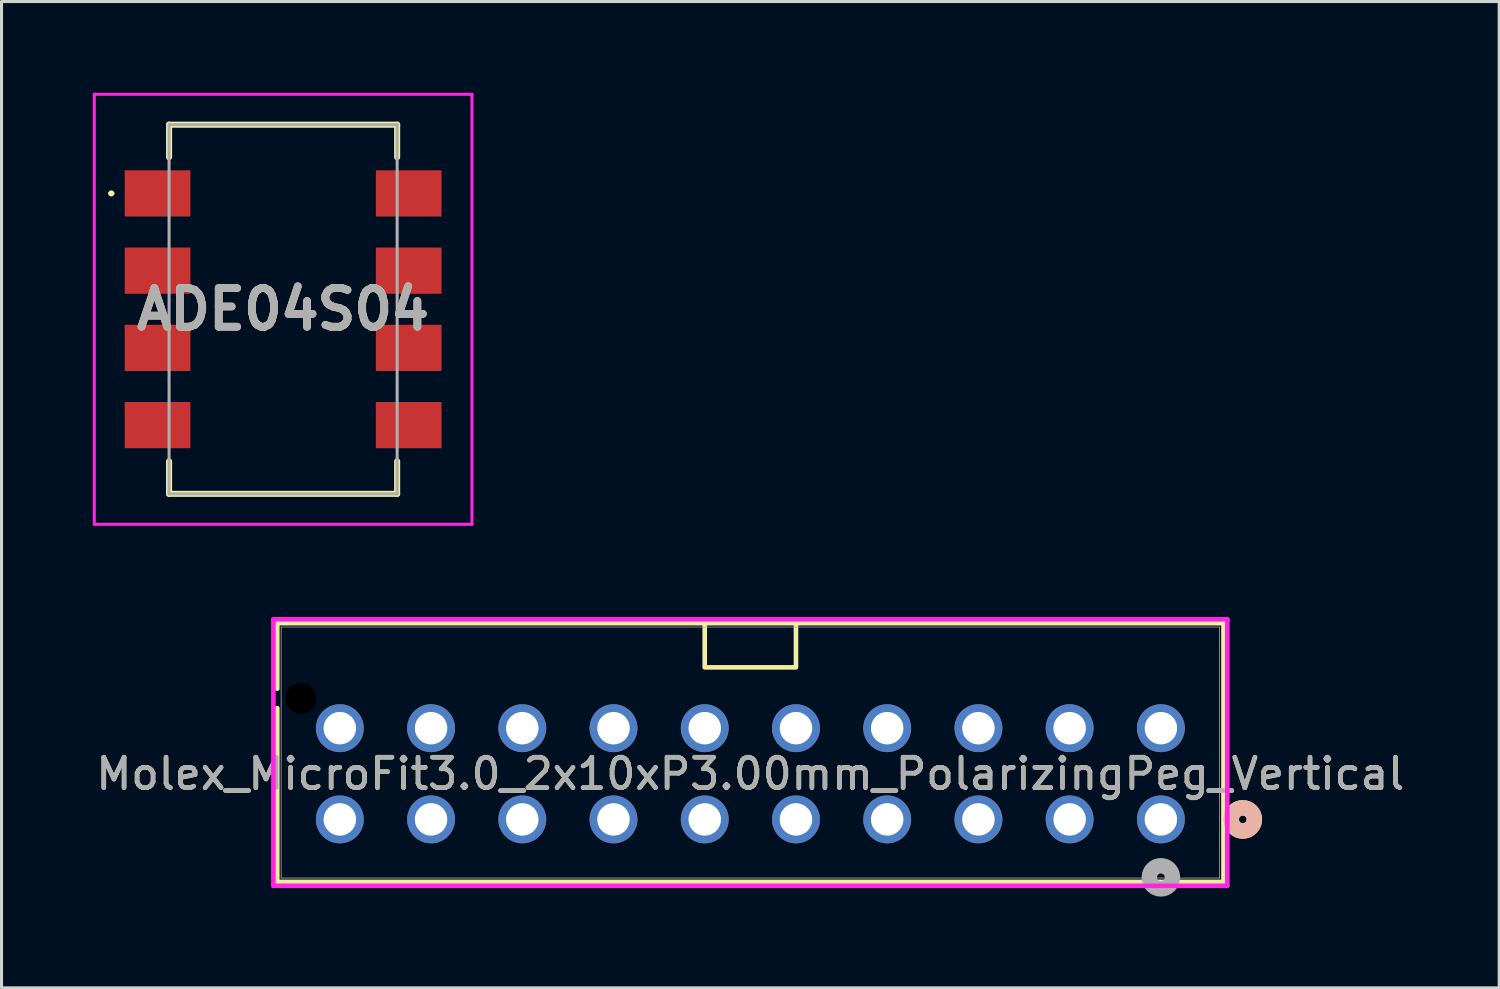
<source format=kicad_pcb>
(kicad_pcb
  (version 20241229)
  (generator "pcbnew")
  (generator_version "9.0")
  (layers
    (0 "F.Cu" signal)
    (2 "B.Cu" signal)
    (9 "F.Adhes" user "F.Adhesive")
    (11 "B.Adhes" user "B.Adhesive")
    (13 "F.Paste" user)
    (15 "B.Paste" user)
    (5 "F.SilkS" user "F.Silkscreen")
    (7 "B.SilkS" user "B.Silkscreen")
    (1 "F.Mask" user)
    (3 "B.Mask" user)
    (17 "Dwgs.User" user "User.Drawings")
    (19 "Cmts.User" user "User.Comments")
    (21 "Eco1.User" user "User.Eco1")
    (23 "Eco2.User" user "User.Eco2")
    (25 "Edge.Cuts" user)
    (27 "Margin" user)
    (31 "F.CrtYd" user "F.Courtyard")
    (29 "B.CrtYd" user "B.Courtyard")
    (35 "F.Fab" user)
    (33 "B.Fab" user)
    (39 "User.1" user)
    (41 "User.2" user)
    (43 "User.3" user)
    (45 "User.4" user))
  (footprint "Molex_MicroFit3.0_2x10xP3.00mm_PolarizingPeg_Vertical"
    (layer "F.Cu")
    (at 35.125 23.896)
    (property "Reference" "Molex_MicroFit3.0_2x10xP3.00mm_PolarizingPeg_Vertical" (at -13.5 -1.5 0) (unlocked yes) (layer "F.SilkS") (effects (font (size 1 1) (thickness 0.15))))
    (attr through_hole)
    (fp_line (start -29.057 -6.453) (end -29.057 -4.3) (stroke (width 0.152) (type solid)) (layer "F.SilkS"))
    (fp_line (start -29.057 -3.66) (end -29.057 2.056) (stroke (width 0.152) (type solid)) (layer "F.SilkS"))
    (fp_line (start -29.057 2.056) (end 2.058 2.056) (stroke (width 0.152) (type solid)) (layer "F.SilkS"))
    (fp_line (start 2.058 -6.453) (end -29.057 -6.453) (stroke (width 0.152) (type solid)) (layer "F.SilkS"))
    (fp_line (start 2.058 2.056) (end 2.058 -6.453) (stroke (width 0.152) (type solid)) (layer "F.SilkS"))
    (fp_rect (start -15 -6.5) (end -12 -5) (stroke (width 0.152) (type solid)) (fill no) (layer "F.SilkS"))
    (fp_circle (center 2.693 0) (end 3.074 0) (stroke (width 0.508) (type solid)) (fill no) (layer "F.SilkS"))
    (fp_circle (center 2.693 0) (end 3.074 0) (stroke (width 0.508) (type solid)) (fill no) (layer "B.SilkS"))
    (fp_line (start -29.184 -6.58) (end -29.184 2.183) (stroke (width 0.152) (type solid)) (layer "F.CrtYd"))
    (fp_line (start -29.184 2.183) (end 2.185 2.183) (stroke (width 0.152) (type solid)) (layer "F.CrtYd"))
    (fp_line (start 2.185 -6.58) (end -29.184 -6.58) (stroke (width 0.152) (type solid)) (layer "F.CrtYd"))
    (fp_line (start 2.185 2.183) (end 2.185 -6.58) (stroke (width 0.152) (type solid)) (layer "F.CrtYd"))
    (fp_line (start -28.93 -6.326) (end -28.93 1.929) (stroke (width 0.025) (type solid)) (layer "F.Fab"))
    (fp_line (start -28.93 1.929) (end 1.931 1.929) (stroke (width 0.025) (type solid)) (layer "F.Fab"))
    (fp_line (start 1.931 -6.326) (end -28.93 -6.326) (stroke (width 0.025) (type solid)) (layer "F.Fab"))
    (fp_line (start 1.931 1.929) (end 1.931 -6.326) (stroke (width 0.025) (type solid)) (layer "F.Fab"))
    (fp_circle (center 0 1.905) (end 0.381 1.905) (stroke (width 0.508) (type solid)) (fill no) (layer "F.Fab"))
    (fp_text user "${REFERENCE}" (at -13.5 -1.5 0) (unlocked yes) (layer "F.Fab") (effects (font (size 1 1) (thickness 0.15))))
    (pad "" np_thru_hole circle (at -28.28 -3.98) (size 1.016 1.016) (drill 1.016) (layers))
    (pad "1" thru_hole circle (at 0 0) (size 1.575 1.575) (drill 1.067) (layers "*.Cu" "*.Mask"))
    (pad "2" thru_hole circle (at -3 0) (size 1.575 1.575) (drill 1.067) (layers "*.Cu" "*.Mask"))
    (pad "3" thru_hole circle (at -6 0) (size 1.575 1.575) (drill 1.067) (layers "*.Cu" "*.Mask"))
    (pad "4" thru_hole circle (at -9 0) (size 1.575 1.575) (drill 1.067) (layers "*.Cu" "*.Mask"))
    (pad "5" thru_hole circle (at -12 0) (size 1.575 1.575) (drill 1.067) (layers "*.Cu" "*.Mask"))
    (pad "6" thru_hole circle (at -15 0) (size 1.575 1.575) (drill 1.067) (layers "*.Cu" "*.Mask"))
    (pad "7" thru_hole circle (at -18 0) (size 1.575 1.575) (drill 1.067) (layers "*.Cu" "*.Mask"))
    (pad "8" thru_hole circle (at -21 0) (size 1.575 1.575) (drill 1.067) (layers "*.Cu" "*.Mask"))
    (pad "9" thru_hole circle (at -24 0) (size 1.575 1.575) (drill 1.067) (layers "*.Cu" "*.Mask"))
    (pad "10" thru_hole circle (at -27 0) (size 1.575 1.575) (drill 1.067) (layers "*.Cu" "*.Mask"))
    (pad "11" thru_hole circle (at 0 -3) (size 1.575 1.575) (drill 1.067) (layers "*.Cu" "*.Mask"))
    (pad "12" thru_hole circle (at -3 -3) (size 1.575 1.575) (drill 1.067) (layers "*.Cu" "*.Mask"))
    (pad "13" thru_hole circle (at -6 -3) (size 1.575 1.575) (drill 1.067) (layers "*.Cu" "*.Mask"))
    (pad "14" thru_hole circle (at -9 -3) (size 1.575 1.575) (drill 1.067) (layers "*.Cu" "*.Mask"))
    (pad "15" thru_hole circle (at -12 -3) (size 1.575 1.575) (drill 1.067) (layers "*.Cu" "*.Mask"))
    (pad "16" thru_hole circle (at -15 -3) (size 1.575 1.575) (drill 1.067) (layers "*.Cu" "*.Mask"))
    (pad "17" thru_hole circle (at -18 -3) (size 1.575 1.575) (drill 1.067) (layers "*.Cu" "*.Mask"))
    (pad "18" thru_hole circle (at -21 -3) (size 1.575 1.575) (drill 1.067) (layers "*.Cu" "*.Mask"))
    (pad "19" thru_hole circle (at -24 -3) (size 1.575 1.575) (drill 1.067) (layers "*.Cu" "*.Mask"))
    (pad "20" thru_hole circle (at -27 -3) (size 1.575 1.575) (drill 1.067) (layers "*.Cu" "*.Mask")))
  (footprint "ADE04S04"
    (layer "F.Cu")
    (at 6.26 7.12)
    (property "Reference" "ADE04S04" (at 0 0 0) (layer "F.SilkS") (effects (font (size 1.27 1.27) (thickness 0.254))))
    (attr smd)
    (fp_line (start -5.7 -3.81) (end -5.7 -3.81) (stroke (width 0.1) (type solid)) (layer "F.SilkS"))
    (fp_line (start -5.6 -3.81) (end -5.6 -3.81) (stroke (width 0.1) (type solid)) (layer "F.SilkS"))
    (fp_line (start -3.75 -6.07) (end 3.75 -6.07) (stroke (width 0.2) (type solid)) (layer "F.SilkS"))
    (fp_line (start -3.75 -5) (end -3.75 -6.07) (stroke (width 0.2) (type solid)) (layer "F.SilkS"))
    (fp_line (start -3.75 5) (end -3.75 6.07) (stroke (width 0.2) (type solid)) (layer "F.SilkS"))
    (fp_line (start -3.75 6.07) (end 3.75 6.07) (stroke (width 0.2) (type solid)) (layer "F.SilkS"))
    (fp_line (start 3.75 -6.07) (end 3.75 -5) (stroke (width 0.2) (type solid)) (layer "F.SilkS"))
    (fp_line (start 3.75 6.07) (end 3.75 5) (stroke (width 0.2) (type solid)) (layer "F.SilkS"))
    (fp_arc (start -5.7 -3.81) (mid -5.65 -3.86) (end -5.6 -3.81) (stroke (width 0.1) (type solid)) (layer "F.SilkS"))
    (fp_arc (start -5.6 -3.81) (mid -5.65 -3.76) (end -5.7 -3.81) (stroke (width 0.1) (type solid)) (layer "F.SilkS"))
    (fp_line (start -6.21 -7.07) (end 6.21 -7.07) (stroke (width 0.1) (type solid)) (layer "F.CrtYd"))
    (fp_line (start -6.21 7.07) (end -6.21 -7.07) (stroke (width 0.1) (type solid)) (layer "F.CrtYd"))
    (fp_line (start 6.21 -7.07) (end 6.21 7.07) (stroke (width 0.1) (type solid)) (layer "F.CrtYd"))
    (fp_line (start 6.21 7.07) (end -6.21 7.07) (stroke (width 0.1) (type solid)) (layer "F.CrtYd"))
    (fp_line (start -3.75 -6.07) (end 3.75 -6.07) (stroke (width 0.1) (type solid)) (layer "F.Fab"))
    (fp_line (start -3.75 6.07) (end -3.75 -6.07) (stroke (width 0.1) (type solid)) (layer "F.Fab"))
    (fp_line (start 3.75 -6.07) (end 3.75 6.07) (stroke (width 0.1) (type solid)) (layer "F.Fab"))
    (fp_line (start 3.75 6.07) (end -3.75 6.07) (stroke (width 0.1) (type solid)) (layer "F.Fab"))
    (fp_text user "${REFERENCE}" (at 0 0 0) (layer "F.Fab") (effects (font (size 1.27 1.27) (thickness 0.254))))
    (pad "1" smd rect (at -4.13 -3.81 90) (size 1.52 2.16) (layers "F.Cu" "F.Mask" "F.Paste"))
    (pad "2" smd rect (at -4.13 -1.27 90) (size 1.52 2.16) (layers "F.Cu" "F.Mask" "F.Paste"))
    (pad "3" smd rect (at -4.13 1.27 90) (size 1.52 2.16) (layers "F.Cu" "F.Mask" "F.Paste"))
    (pad "4" smd rect (at -4.13 3.81 90) (size 1.52 2.16) (layers "F.Cu" "F.Mask" "F.Paste"))
    (pad "5" smd rect (at 4.13 3.81 90) (size 1.52 2.16) (layers "F.Cu" "F.Mask" "F.Paste"))
    (pad "6" smd rect (at 4.13 1.27 90) (size 1.52 2.16) (layers "F.Cu" "F.Mask" "F.Paste"))
    (pad "7" smd rect (at 4.13 -1.27 90) (size 1.52 2.16) (layers "F.Cu" "F.Mask" "F.Paste"))
    (pad "8" smd rect (at 4.13 -3.81 90) (size 1.52 2.16) (layers "F.Cu" "F.Mask" "F.Paste")))
  (gr_rect
    (start -3 -3)
    (end 46.25 29.436)
    (stroke (width 0.1) (type default))
    (fill no)
    (layer "Edge.Cuts")))
</source>
